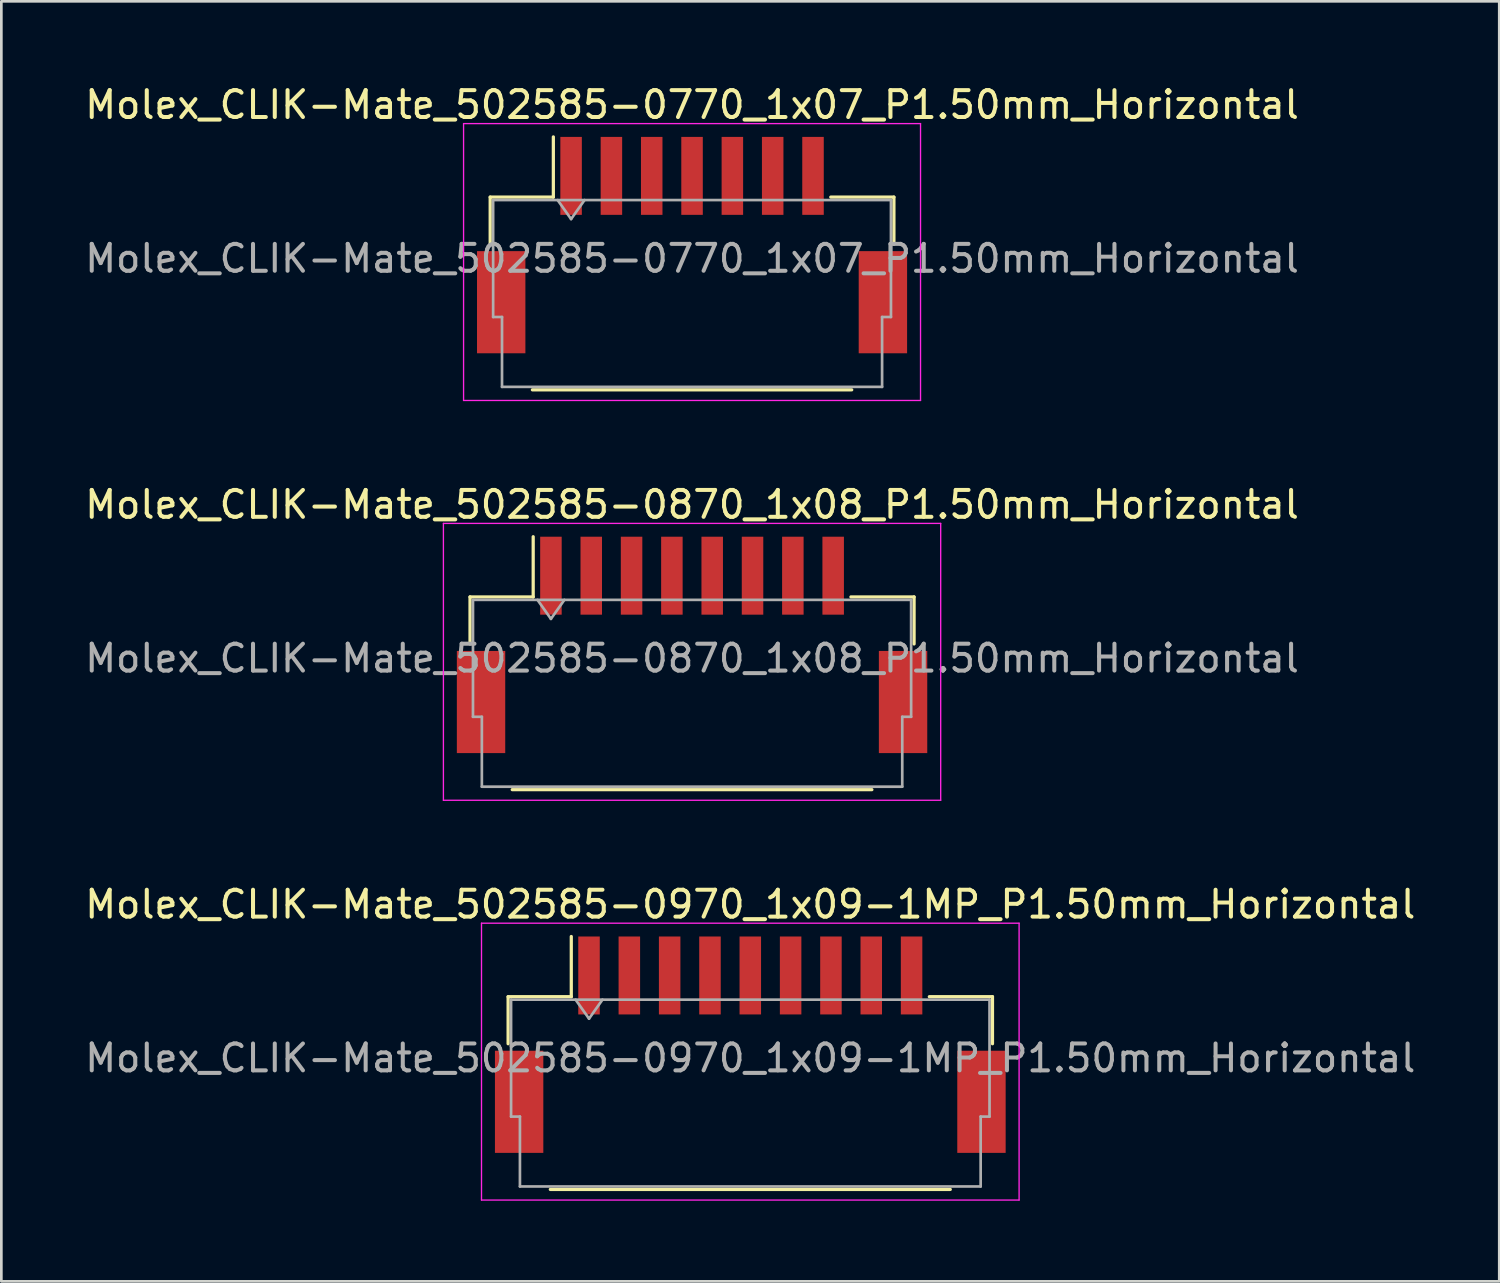
<source format=kicad_pcb>
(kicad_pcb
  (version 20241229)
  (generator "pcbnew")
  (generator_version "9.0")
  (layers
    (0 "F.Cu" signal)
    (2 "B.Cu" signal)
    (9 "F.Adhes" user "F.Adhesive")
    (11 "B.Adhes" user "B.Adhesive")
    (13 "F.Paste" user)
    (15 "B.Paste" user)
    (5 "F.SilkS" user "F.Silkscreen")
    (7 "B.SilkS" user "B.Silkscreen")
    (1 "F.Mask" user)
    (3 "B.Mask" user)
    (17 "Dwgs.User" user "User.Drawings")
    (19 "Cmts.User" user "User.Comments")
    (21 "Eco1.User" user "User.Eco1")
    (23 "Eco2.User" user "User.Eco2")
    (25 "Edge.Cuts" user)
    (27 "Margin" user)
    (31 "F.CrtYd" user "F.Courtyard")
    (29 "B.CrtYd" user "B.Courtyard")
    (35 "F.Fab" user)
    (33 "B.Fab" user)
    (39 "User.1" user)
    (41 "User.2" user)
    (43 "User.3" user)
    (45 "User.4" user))
  (footprint "Molex_CLIK-Mate_502585-0870_1x08_P1.50mm_Horizontal"
    (layer "F.Cu")
    (at 22.696 20.942)
    (property "Reference" "Molex_CLIK-Mate_502585-0870_1x08_P1.50mm_Horizontal" (at 0 -5.22 0) (layer "F.SilkS") (effects (font (size 1 1) (thickness 0.15))))
    (attr smd)
    (fp_line (start -8.26 -1.785) (end -5.91 -1.785) (stroke (width 0.12) (type solid)) (layer "F.SilkS"))
    (fp_line (start -8.26 -0.035) (end -8.26 -1.785) (stroke (width 0.12) (type solid)) (layer "F.SilkS"))
    (fp_line (start -6.69 5.385) (end 6.69 5.385) (stroke (width 0.12) (type solid)) (layer "F.SilkS"))
    (fp_line (start -5.91 -1.785) (end -5.91 -4.025) (stroke (width 0.12) (type solid)) (layer "F.SilkS"))
    (fp_line (start 8.26 -1.785) (end 5.91 -1.785) (stroke (width 0.12) (type solid)) (layer "F.SilkS"))
    (fp_line (start 8.26 -0.035) (end 8.26 -1.785) (stroke (width 0.12) (type solid)) (layer "F.SilkS"))
    (fp_line (start -9.25 -4.52) (end -9.25 5.78) (stroke (width 0.05) (type solid)) (layer "F.CrtYd"))
    (fp_line (start -9.25 5.78) (end 9.25 5.78) (stroke (width 0.05) (type solid)) (layer "F.CrtYd"))
    (fp_line (start 9.25 -4.52) (end -9.25 -4.52) (stroke (width 0.05) (type solid)) (layer "F.CrtYd"))
    (fp_line (start 9.25 5.78) (end 9.25 -4.52) (stroke (width 0.05) (type solid)) (layer "F.CrtYd"))
    (fp_line (start -8.15 -1.675) (end -8.15 2.675) (stroke (width 0.1) (type solid)) (layer "F.Fab"))
    (fp_line (start -8.15 -1.675) (end 8.15 -1.675) (stroke (width 0.1) (type solid)) (layer "F.Fab"))
    (fp_line (start -8.15 2.675) (end -7.82 2.675) (stroke (width 0.1) (type solid)) (layer "F.Fab"))
    (fp_line (start -7.82 2.675) (end -7.82 5.275) (stroke (width 0.1) (type solid)) (layer "F.Fab"))
    (fp_line (start -7.82 5.275) (end 7.82 5.275) (stroke (width 0.1) (type solid)) (layer "F.Fab"))
    (fp_line (start -5.75 -1.675) (end -5.25 -0.968) (stroke (width 0.1) (type solid)) (layer "F.Fab"))
    (fp_line (start -5.25 -0.968) (end -4.75 -1.675) (stroke (width 0.1) (type solid)) (layer "F.Fab"))
    (fp_line (start 7.82 2.675) (end 8.15 2.675) (stroke (width 0.1) (type solid)) (layer "F.Fab"))
    (fp_line (start 7.82 5.275) (end 7.82 2.675) (stroke (width 0.1) (type solid)) (layer "F.Fab"))
    (fp_line (start 8.15 -1.675) (end 8.15 2.675) (stroke (width 0.1) (type solid)) (layer "F.Fab"))
    (fp_text user "${REFERENCE}" (at 0 0.5 0) (layer "F.Fab") (effects (font (size 1 1) (thickness 0.15))))
    (pad "" smd rect (at -7.85 2.125) (size 1.8 3.8) (layers "F.Cu" "F.Mask" "F.Paste"))
    (pad "" smd rect (at 7.85 2.125) (size 1.8 3.8) (layers "F.Cu" "F.Mask" "F.Paste"))
    (pad "1" smd rect (at -5.25 -2.575) (size 0.8 2.9) (layers "F.Cu" "F.Mask" "F.Paste"))
    (pad "2" smd rect (at -3.75 -2.575) (size 0.8 2.9) (layers "F.Cu" "F.Mask" "F.Paste"))
    (pad "3" smd rect (at -2.25 -2.575) (size 0.8 2.9) (layers "F.Cu" "F.Mask" "F.Paste"))
    (pad "4" smd rect (at -0.75 -2.575) (size 0.8 2.9) (layers "F.Cu" "F.Mask" "F.Paste"))
    (pad "5" smd rect (at 0.75 -2.575) (size 0.8 2.9) (layers "F.Cu" "F.Mask" "F.Paste"))
    (pad "6" smd rect (at 2.25 -2.575) (size 0.8 2.9) (layers "F.Cu" "F.Mask" "F.Paste"))
    (pad "7" smd rect (at 3.75 -2.575) (size 0.8 2.9) (layers "F.Cu" "F.Mask" "F.Paste"))
    (pad "8" smd rect (at 5.25 -2.575) (size 0.8 2.9) (layers "F.Cu" "F.Mask" "F.Paste")))
  (footprint "Molex_CLIK-Mate_502585-0970_1x09-1MP_P1.50mm_Horizontal"
    (layer "F.Cu")
    (at 24.863 35.815)
    (property "Reference" "Molex_CLIK-Mate_502585-0970_1x09-1MP_P1.50mm_Horizontal" (at 0 -5.22 0) (layer "F.SilkS") (effects (font (size 1 1) (thickness 0.15))))
    (attr smd)
    (fp_line (start -9.01 -1.785) (end -6.66 -1.785) (stroke (width 0.12) (type solid)) (layer "F.SilkS"))
    (fp_line (start -9.01 -0.035) (end -9.01 -1.785) (stroke (width 0.12) (type solid)) (layer "F.SilkS"))
    (fp_line (start -7.44 5.385) (end 7.44 5.385) (stroke (width 0.12) (type solid)) (layer "F.SilkS"))
    (fp_line (start -6.66 -1.785) (end -6.66 -4.025) (stroke (width 0.12) (type solid)) (layer "F.SilkS"))
    (fp_line (start 9.01 -1.785) (end 6.66 -1.785) (stroke (width 0.12) (type solid)) (layer "F.SilkS"))
    (fp_line (start 9.01 -0.035) (end 9.01 -1.785) (stroke (width 0.12) (type solid)) (layer "F.SilkS"))
    (fp_line (start -10 -4.52) (end -10 5.78) (stroke (width 0.05) (type solid)) (layer "F.CrtYd"))
    (fp_line (start -10 5.78) (end 10 5.78) (stroke (width 0.05) (type solid)) (layer "F.CrtYd"))
    (fp_line (start 10 -4.52) (end -10 -4.52) (stroke (width 0.05) (type solid)) (layer "F.CrtYd"))
    (fp_line (start 10 5.78) (end 10 -4.52) (stroke (width 0.05) (type solid)) (layer "F.CrtYd"))
    (fp_line (start -8.9 -1.675) (end -8.9 2.675) (stroke (width 0.1) (type solid)) (layer "F.Fab"))
    (fp_line (start -8.9 -1.675) (end 8.9 -1.675) (stroke (width 0.1) (type solid)) (layer "F.Fab"))
    (fp_line (start -8.9 2.675) (end -8.57 2.675) (stroke (width 0.1) (type solid)) (layer "F.Fab"))
    (fp_line (start -8.57 2.675) (end -8.57 5.275) (stroke (width 0.1) (type solid)) (layer "F.Fab"))
    (fp_line (start -8.57 5.275) (end 8.57 5.275) (stroke (width 0.1) (type solid)) (layer "F.Fab"))
    (fp_line (start -6.5 -1.675) (end -6 -0.968) (stroke (width 0.1) (type solid)) (layer "F.Fab"))
    (fp_line (start -6 -0.968) (end -5.5 -1.675) (stroke (width 0.1) (type solid)) (layer "F.Fab"))
    (fp_line (start 8.57 2.675) (end 8.9 2.675) (stroke (width 0.1) (type solid)) (layer "F.Fab"))
    (fp_line (start 8.57 5.275) (end 8.57 2.675) (stroke (width 0.1) (type solid)) (layer "F.Fab"))
    (fp_line (start 8.9 -1.675) (end 8.9 2.675) (stroke (width 0.1) (type solid)) (layer "F.Fab"))
    (fp_text user "${REFERENCE}" (at 0 0.5 0) (layer "F.Fab") (effects (font (size 1 1) (thickness 0.15))))
    (pad "1" smd rect (at -6 -2.575) (size 0.8 2.9) (layers "F.Cu" "F.Mask" "F.Paste"))
    (pad "2" smd rect (at -4.5 -2.575) (size 0.8 2.9) (layers "F.Cu" "F.Mask" "F.Paste"))
    (pad "3" smd rect (at -3 -2.575) (size 0.8 2.9) (layers "F.Cu" "F.Mask" "F.Paste"))
    (pad "4" smd rect (at -1.5 -2.575) (size 0.8 2.9) (layers "F.Cu" "F.Mask" "F.Paste"))
    (pad "5" smd rect (at 0 -2.575) (size 0.8 2.9) (layers "F.Cu" "F.Mask" "F.Paste"))
    (pad "6" smd rect (at 1.5 -2.575) (size 0.8 2.9) (layers "F.Cu" "F.Mask" "F.Paste"))
    (pad "7" smd rect (at 3 -2.575) (size 0.8 2.9) (layers "F.Cu" "F.Mask" "F.Paste"))
    (pad "8" smd rect (at 4.5 -2.575) (size 0.8 2.9) (layers "F.Cu" "F.Mask" "F.Paste"))
    (pad "9" smd rect (at 6 -2.575) (size 0.8 2.9) (layers "F.Cu" "F.Mask" "F.Paste"))
    (pad "MP" smd rect (at -8.6 2.125) (size 1.8 3.8) (layers "F.Cu" "F.Mask" "F.Paste"))
    (pad "MP" smd rect (at 8.6 2.125) (size 1.8 3.8) (layers "F.Cu" "F.Mask" "F.Paste")))
  (footprint "Molex_CLIK-Mate_502585-0770_1x07_P1.50mm_Horizontal"
    (layer "F.Cu")
    (at 22.696 6.068)
    (property "Reference" "Molex_CLIK-Mate_502585-0770_1x07_P1.50mm_Horizontal" (at 0 -5.22 0) (layer "F.SilkS") (effects (font (size 1 1) (thickness 0.15))))
    (attr smd)
    (fp_line (start -7.51 -1.785) (end -5.16 -1.785) (stroke (width 0.12) (type solid)) (layer "F.SilkS"))
    (fp_line (start -7.51 -0.035) (end -7.51 -1.785) (stroke (width 0.12) (type solid)) (layer "F.SilkS"))
    (fp_line (start -5.94 5.385) (end 5.94 5.385) (stroke (width 0.12) (type solid)) (layer "F.SilkS"))
    (fp_line (start -5.16 -1.785) (end -5.16 -4.025) (stroke (width 0.12) (type solid)) (layer "F.SilkS"))
    (fp_line (start 7.51 -1.785) (end 5.16 -1.785) (stroke (width 0.12) (type solid)) (layer "F.SilkS"))
    (fp_line (start 7.51 -0.035) (end 7.51 -1.785) (stroke (width 0.12) (type solid)) (layer "F.SilkS"))
    (fp_line (start -8.5 -4.52) (end -8.5 5.78) (stroke (width 0.05) (type solid)) (layer "F.CrtYd"))
    (fp_line (start -8.5 5.78) (end 8.5 5.78) (stroke (width 0.05) (type solid)) (layer "F.CrtYd"))
    (fp_line (start 8.5 -4.52) (end -8.5 -4.52) (stroke (width 0.05) (type solid)) (layer "F.CrtYd"))
    (fp_line (start 8.5 5.78) (end 8.5 -4.52) (stroke (width 0.05) (type solid)) (layer "F.CrtYd"))
    (fp_line (start -7.4 -1.675) (end -7.4 2.675) (stroke (width 0.1) (type solid)) (layer "F.Fab"))
    (fp_line (start -7.4 -1.675) (end 7.4 -1.675) (stroke (width 0.1) (type solid)) (layer "F.Fab"))
    (fp_line (start -7.4 2.675) (end -7.07 2.675) (stroke (width 0.1) (type solid)) (layer "F.Fab"))
    (fp_line (start -7.07 2.675) (end -7.07 5.275) (stroke (width 0.1) (type solid)) (layer "F.Fab"))
    (fp_line (start -7.07 5.275) (end 7.07 5.275) (stroke (width 0.1) (type solid)) (layer "F.Fab"))
    (fp_line (start -5 -1.675) (end -4.5 -0.968) (stroke (width 0.1) (type solid)) (layer "F.Fab"))
    (fp_line (start -4.5 -0.968) (end -4 -1.675) (stroke (width 0.1) (type solid)) (layer "F.Fab"))
    (fp_line (start 7.07 2.675) (end 7.4 2.675) (stroke (width 0.1) (type solid)) (layer "F.Fab"))
    (fp_line (start 7.07 5.275) (end 7.07 2.675) (stroke (width 0.1) (type solid)) (layer "F.Fab"))
    (fp_line (start 7.4 -1.675) (end 7.4 2.675) (stroke (width 0.1) (type solid)) (layer "F.Fab"))
    (fp_text user "${REFERENCE}" (at 0 0.5 0) (layer "F.Fab") (effects (font (size 1 1) (thickness 0.15))))
    (pad "" smd rect (at -7.1 2.125) (size 1.8 3.8) (layers "F.Cu" "F.Mask" "F.Paste"))
    (pad "" smd rect (at 7.1 2.125) (size 1.8 3.8) (layers "F.Cu" "F.Mask" "F.Paste"))
    (pad "1" smd rect (at -4.5 -2.575) (size 0.8 2.9) (layers "F.Cu" "F.Mask" "F.Paste"))
    (pad "2" smd rect (at -3 -2.575) (size 0.8 2.9) (layers "F.Cu" "F.Mask" "F.Paste"))
    (pad "3" smd rect (at -1.5 -2.575) (size 0.8 2.9) (layers "F.Cu" "F.Mask" "F.Paste"))
    (pad "4" smd rect (at 0 -2.575) (size 0.8 2.9) (layers "F.Cu" "F.Mask" "F.Paste"))
    (pad "5" smd rect (at 1.5 -2.575) (size 0.8 2.9) (layers "F.Cu" "F.Mask" "F.Paste"))
    (pad "6" smd rect (at 3 -2.575) (size 0.8 2.9) (layers "F.Cu" "F.Mask" "F.Paste"))
    (pad "7" smd rect (at 4.5 -2.575) (size 0.8 2.9) (layers "F.Cu" "F.Mask" "F.Paste")))
  (gr_rect
    (start -3 -3)
    (end 52.726 44.62)
    (stroke (width 0.1) (type default))
    (fill no)
    (layer "Edge.Cuts")))
</source>
